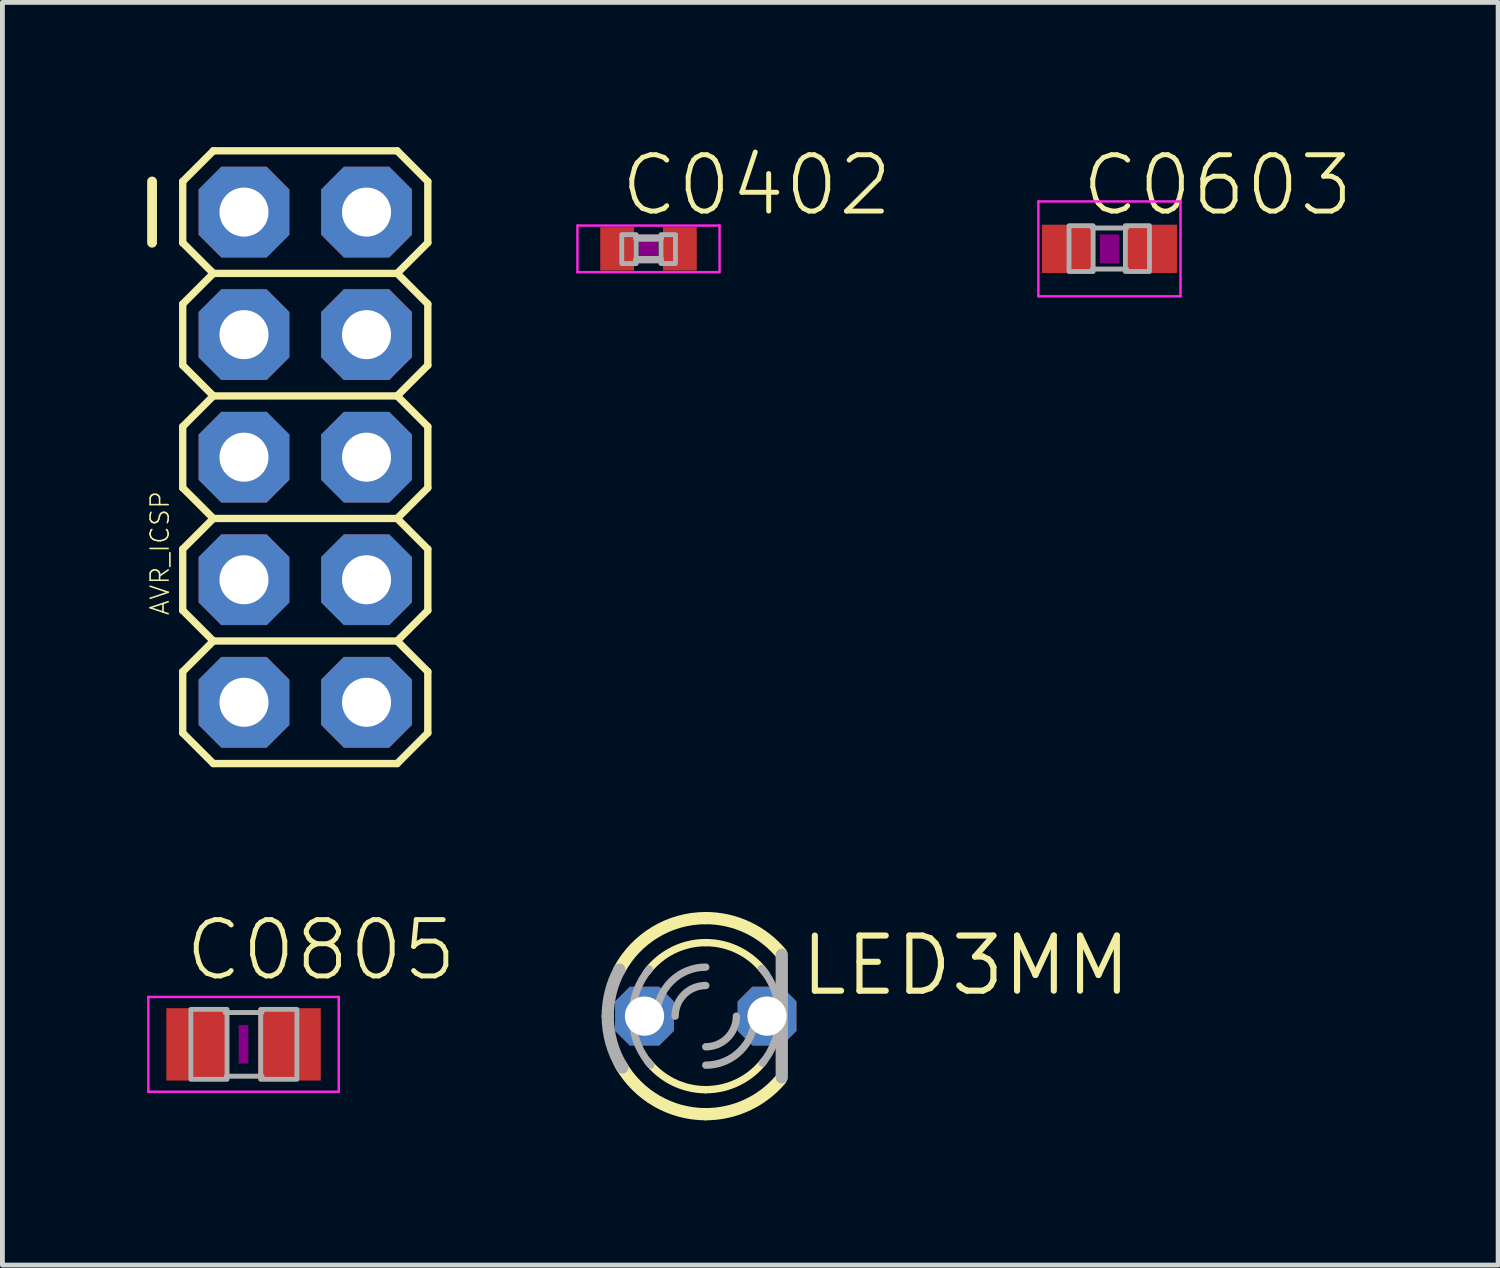
<source format=kicad_pcb>
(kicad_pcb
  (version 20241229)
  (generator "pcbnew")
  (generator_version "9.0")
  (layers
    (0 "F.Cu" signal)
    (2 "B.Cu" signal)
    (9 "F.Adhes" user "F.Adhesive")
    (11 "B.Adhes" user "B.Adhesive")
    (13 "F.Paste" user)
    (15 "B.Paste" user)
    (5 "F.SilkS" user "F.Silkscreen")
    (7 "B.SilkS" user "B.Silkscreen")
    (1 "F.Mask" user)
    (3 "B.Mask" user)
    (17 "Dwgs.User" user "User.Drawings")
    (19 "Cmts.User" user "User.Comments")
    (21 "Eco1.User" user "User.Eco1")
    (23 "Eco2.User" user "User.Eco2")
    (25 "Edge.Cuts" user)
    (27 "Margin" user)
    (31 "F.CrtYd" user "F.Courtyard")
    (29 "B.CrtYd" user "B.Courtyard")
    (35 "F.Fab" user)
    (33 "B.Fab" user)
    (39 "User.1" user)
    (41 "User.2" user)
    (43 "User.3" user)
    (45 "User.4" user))
  (footprint "C0402"
    (layer "F.Cu")
    (at 10.391 2.108)
    (property "Reference" "C0402" (at -0.635 -0.635 0) (layer "F.SilkS") (effects (font (size 1.168 1.168) (thickness 0.102)) (justify left bottom)))
    (fp_poly (pts (xy -0.2 0.3) (xy 0.2 0.3) (xy 0.2 -0.3) (xy -0.2 -0.3)) (stroke (width 0) (type solid)) (fill yes) (layer "F.Adhes"))
    (fp_line (start -1.473 -0.483) (end 1.473 -0.483) (stroke (width 0.051) (type solid)) (layer "F.CrtYd"))
    (fp_line (start -1.473 0.483) (end -1.473 -0.483) (stroke (width 0.051) (type solid)) (layer "F.CrtYd"))
    (fp_line (start 1.473 -0.483) (end 1.473 0.483) (stroke (width 0.051) (type solid)) (layer "F.CrtYd"))
    (fp_line (start 1.473 0.483) (end -1.473 0.483) (stroke (width 0.051) (type solid)) (layer "F.CrtYd"))
    (fp_line (start -0.245 -0.224) (end 0.245 -0.224) (stroke (width 0.152) (type solid)) (layer "F.Fab"))
    (fp_line (start 0.245 0.224) (end -0.245 0.224) (stroke (width 0.152) (type solid)) (layer "F.Fab"))
    (fp_poly (pts (xy -0.554 0.305) (xy -0.254 0.305) (xy -0.254 -0.295) (xy -0.554 -0.295)) (stroke (width 0.1) (type solid)) (fill no) (layer "F.Fab"))
    (fp_poly (pts (xy 0.259 0.305) (xy 0.559 0.305) (xy 0.559 -0.295) (xy 0.259 -0.295)) (stroke (width 0.1) (type solid)) (fill no) (layer "F.Fab"))
    (pad "1" smd rect (at -0.65 0) (size 0.7 0.9) (layers "F.Cu" "F.Mask" "F.Paste"))
    (pad "2" smd rect (at 0.65 0) (size 0.7 0.9) (layers "F.Cu" "F.Mask" "F.Paste")))
  (footprint "C0603"
    (layer "F.Cu")
    (at 19.945 2.108)
    (property "Reference" "C0603" (at -0.635 -0.635 0) (layer "F.SilkS") (effects (font (size 1.168 1.168) (thickness 0.102)) (justify left bottom)))
    (fp_poly (pts (xy -0.2 0.3) (xy 0.2 0.3) (xy 0.2 -0.3) (xy -0.2 -0.3)) (stroke (width 0) (type solid)) (fill yes) (layer "F.Adhes"))
    (fp_line (start -1.473 -0.983) (end 1.473 -0.983) (stroke (width 0.051) (type solid)) (layer "F.CrtYd"))
    (fp_line (start -1.473 0.983) (end -1.473 -0.983) (stroke (width 0.051) (type solid)) (layer "F.CrtYd"))
    (fp_line (start 1.473 -0.983) (end 1.473 0.983) (stroke (width 0.051) (type solid)) (layer "F.CrtYd"))
    (fp_line (start 1.473 0.983) (end -1.473 0.983) (stroke (width 0.051) (type solid)) (layer "F.CrtYd"))
    (fp_line (start -0.356 -0.432) (end 0.356 -0.432) (stroke (width 0.102) (type solid)) (layer "F.Fab"))
    (fp_line (start -0.356 0.419) (end 0.356 0.419) (stroke (width 0.102) (type solid)) (layer "F.Fab"))
    (fp_poly (pts (xy -0.838 0.47) (xy -0.338 0.47) (xy -0.338 -0.48) (xy -0.838 -0.48)) (stroke (width 0.1) (type solid)) (fill no) (layer "F.Fab"))
    (fp_poly (pts (xy 0.33 0.47) (xy 0.83 0.47) (xy 0.83 -0.48) (xy 0.33 -0.48)) (stroke (width 0.1) (type solid)) (fill no) (layer "F.Fab"))
    (pad "1" smd rect (at -0.85 0) (size 1.1 1) (layers "F.Cu" "F.Mask" "F.Paste"))
    (pad "2" smd rect (at 0.85 0) (size 1.1 1) (layers "F.Cu" "F.Mask" "F.Paste")))
  (footprint "C0805"
    (layer "F.Cu")
    (at 1.998 18.596)
    (property "Reference" "C0805" (at -1.27 -1.27 0) (layer "F.SilkS") (effects (font (size 1.168 1.168) (thickness 0.102)) (justify left bottom)))
    (fp_poly (pts (xy -0.1 0.4) (xy 0.1 0.4) (xy 0.1 -0.4) (xy -0.1 -0.4)) (stroke (width 0) (type solid)) (fill yes) (layer "F.Adhes"))
    (fp_line (start -1.973 -0.983) (end 1.973 -0.983) (stroke (width 0.051) (type solid)) (layer "F.CrtYd"))
    (fp_line (start -1.973 0.983) (end -1.973 -0.983) (stroke (width 0.051) (type solid)) (layer "F.CrtYd"))
    (fp_line (start 1.973 -0.983) (end 1.973 0.983) (stroke (width 0.051) (type solid)) (layer "F.CrtYd"))
    (fp_line (start 1.973 0.983) (end -1.973 0.983) (stroke (width 0.051) (type solid)) (layer "F.CrtYd"))
    (fp_line (start -0.381 -0.66) (end 0.381 -0.66) (stroke (width 0.102) (type solid)) (layer "F.Fab"))
    (fp_line (start -0.356 0.66) (end 0.381 0.66) (stroke (width 0.102) (type solid)) (layer "F.Fab"))
    (fp_poly (pts (xy -1.092 0.724) (xy -0.342 0.724) (xy -0.342 -0.726) (xy -1.092 -0.726)) (stroke (width 0.1) (type solid)) (fill no) (layer "F.Fab"))
    (fp_poly (pts (xy 0.356 0.724) (xy 1.106 0.724) (xy 1.106 -0.726) (xy 0.356 -0.726)) (stroke (width 0.1) (type solid)) (fill no) (layer "F.Fab"))
    (pad "1" smd rect (at -0.95 0) (size 1.3 1.5) (layers "F.Cu" "F.Mask" "F.Paste"))
    (pad "2" smd rect (at 0.95 0) (size 1.3 1.5) (layers "F.Cu" "F.Mask" "F.Paste")))
  (footprint "LED3MM"
    (layer "F.Cu")
    (at 11.578 18.011)
    (property "Reference" "LED3MM" (at 1.905 -0.381 0) (layer "F.SilkS") (effects (font (size 1.143 1.143) (thickness 0.127)) (justify left bottom)))
    (fp_arc (start -1.7929 -0.9562) (mid -1.045438 -1.7424) (end 0 -2.032) (stroke (width 0.254) (type solid)) (layer "F.SilkS"))
    (fp_arc (start -1.2192 -0.9144) (mid -0.681554 -1.363107) (end 0 -1.524) (stroke (width 0.1524) (type solid)) (layer "F.SilkS"))
    (fp_arc (start 0 -2.032) (mid 0.861864 -1.840173) (end 1.561 -1.3009) (stroke (width 0.254) (type solid)) (layer "F.SilkS"))
    (fp_arc (start 0 -1.524) (mid 0.697339 -1.355082) (end 1.2401 -0.885801) (stroke (width 0.1524) (type solid)) (layer "F.SilkS"))
    (fp_arc (start 0 1.524) (mid -0.669593 1.369018) (end -1.203 0.9356) (stroke (width 0.1524) (type solid)) (layer "F.SilkS"))
    (fp_arc (start 0 2.032) (mid -1.019924 1.757525) (end -1.7643 1.0082) (stroke (width 0.254) (type solid)) (layer "F.SilkS"))
    (fp_arc (start 1.203 0.9356) (mid 0.669593 1.369018) (end 0 1.524) (stroke (width 0.1524) (type solid)) (layer "F.SilkS"))
    (fp_arc (start 1.5512 1.3126) (mid 0.854953 1.843405) (end 0 2.032) (stroke (width 0.254) (type solid)) (layer "F.SilkS"))
    (fp_line (start 1.575 1.27) (end 1.575 -1.27) (stroke (width 0.254) (type solid)) (layer "F.Fab"))
    (fp_arc (start -2.032 0) (mid -1.970339 -0.496775) (end -1.7891 -0.9634) (stroke (width 0.254) (type solid)) (layer "F.Fab"))
    (fp_arc (start -1.7306 1.065) (mid -1.95521 0.553417) (end -2.032 0) (stroke (width 0.254) (type solid)) (layer "F.Fab"))
    (fp_arc (start -1.524 0) (mid -1.432981 -0.518783) (end -1.1708 -0.9756) (stroke (width 0.1524) (type solid)) (layer "F.Fab"))
    (fp_arc (start -1.1391 1.0125) (mid -1.42454 0.5416) (end -1.524 0) (stroke (width 0.1524) (type solid)) (layer "F.Fab"))
    (fp_arc (start -1.016 0) (mid -0.71842 -0.71842) (end 0 -1.016) (stroke (width 0.1524) (type solid)) (layer "F.Fab"))
    (fp_arc (start -0.635 0) (mid -0.449013 -0.449013) (end 0 -0.635) (stroke (width 0.1524) (type solid)) (layer "F.Fab"))
    (fp_arc (start 0.635 0) (mid 0.449013 0.449013) (end 0 0.635) (stroke (width 0.1524) (type solid)) (layer "F.Fab"))
    (fp_arc (start 1.016 0) (mid 0.71842 0.71842) (end 0 1.016) (stroke (width 0.1524) (type solid)) (layer "F.Fab"))
    (fp_arc (start 1.1571 -0.9918) (mid 1.429332 -0.528744) (end 1.524 0) (stroke (width 0.1524) (type solid)) (layer "F.Fab"))
    (fp_arc (start 1.524 0) (mid 1.432981 0.518783) (end 1.1708 0.9756) (stroke (width 0.1524) (type solid)) (layer "F.Fab"))
    (pad "A" thru_hole roundrect (at -1.27 0) (size 1.219 1.219) (drill 0.813) (layers "*.Cu" "*.Mask") (roundrect_rratio 0.25) (chamfer_ratio 0.25) (chamfer top_left top_right bottom_left bottom_right))
    (pad "K" thru_hole roundrect (at 1.27 0) (size 1.219 1.219) (drill 0.813) (layers "*.Cu" "*.Mask") (roundrect_rratio 0.25) (chamfer_ratio 0.25) (chamfer top_left top_right bottom_left bottom_right)))
  (footprint "AVR_ICSP"
    (layer "F.Cu")
    (at 3.277 6.426)
    (property "Reference" "AVR_ICSP" (at -2.794 3.302 90) (layer "F.SilkS") (effects (font (size 0.374 0.374) (thickness 0.033)) (justify left bottom)))
    (fp_line (start -3.175 -5.715) (end -3.175 -4.445) (stroke (width 0.203) (type solid)) (layer "F.SilkS"))
    (fp_line (start -2.54 -5.715) (end -2.54 -4.445) (stroke (width 0.152) (type solid)) (layer "F.SilkS"))
    (fp_line (start -2.54 -4.445) (end -1.905 -3.81) (stroke (width 0.152) (type solid)) (layer "F.SilkS"))
    (fp_line (start -2.54 -3.175) (end -2.54 -1.905) (stroke (width 0.152) (type solid)) (layer "F.SilkS"))
    (fp_line (start -2.54 -1.905) (end -1.905 -1.27) (stroke (width 0.152) (type solid)) (layer "F.SilkS"))
    (fp_line (start -2.54 -0.635) (end -2.54 0.635) (stroke (width 0.152) (type solid)) (layer "F.SilkS"))
    (fp_line (start -2.54 0.635) (end -1.905 1.27) (stroke (width 0.152) (type solid)) (layer "F.SilkS"))
    (fp_line (start -2.54 1.905) (end -2.54 3.175) (stroke (width 0.152) (type solid)) (layer "F.SilkS"))
    (fp_line (start -2.54 3.175) (end -1.905 3.81) (stroke (width 0.152) (type solid)) (layer "F.SilkS"))
    (fp_line (start -2.54 4.445) (end -2.54 5.715) (stroke (width 0.152) (type solid)) (layer "F.SilkS"))
    (fp_line (start -2.54 5.715) (end -1.905 6.35) (stroke (width 0.152) (type solid)) (layer "F.SilkS"))
    (fp_line (start -1.905 -6.35) (end -2.54 -5.715) (stroke (width 0.152) (type solid)) (layer "F.SilkS"))
    (fp_line (start -1.905 -6.35) (end 1.905 -6.35) (stroke (width 0.152) (type solid)) (layer "F.SilkS"))
    (fp_line (start -1.905 -3.81) (end -2.54 -3.175) (stroke (width 0.152) (type solid)) (layer "F.SilkS"))
    (fp_line (start -1.905 -1.27) (end -2.54 -0.635) (stroke (width 0.152) (type solid)) (layer "F.SilkS"))
    (fp_line (start -1.905 1.27) (end -2.54 1.905) (stroke (width 0.152) (type solid)) (layer "F.SilkS"))
    (fp_line (start -1.905 3.81) (end -2.54 4.445) (stroke (width 0.152) (type solid)) (layer "F.SilkS"))
    (fp_line (start 1.905 -6.35) (end 2.54 -5.715) (stroke (width 0.152) (type solid)) (layer "F.SilkS"))
    (fp_line (start 1.905 -3.81) (end -1.905 -3.81) (stroke (width 0.152) (type solid)) (layer "F.SilkS"))
    (fp_line (start 1.905 -3.81) (end 2.54 -3.175) (stroke (width 0.152) (type solid)) (layer "F.SilkS"))
    (fp_line (start 1.905 -1.27) (end -1.905 -1.27) (stroke (width 0.152) (type solid)) (layer "F.SilkS"))
    (fp_line (start 1.905 -1.27) (end 2.54 -0.635) (stroke (width 0.152) (type solid)) (layer "F.SilkS"))
    (fp_line (start 1.905 1.27) (end -1.905 1.27) (stroke (width 0.152) (type solid)) (layer "F.SilkS"))
    (fp_line (start 1.905 1.27) (end 2.54 1.905) (stroke (width 0.152) (type solid)) (layer "F.SilkS"))
    (fp_line (start 1.905 3.81) (end -1.905 3.81) (stroke (width 0.152) (type solid)) (layer "F.SilkS"))
    (fp_line (start 1.905 3.81) (end 2.54 4.445) (stroke (width 0.152) (type solid)) (layer "F.SilkS"))
    (fp_line (start 1.905 6.35) (end -1.905 6.35) (stroke (width 0.152) (type solid)) (layer "F.SilkS"))
    (fp_line (start 2.54 -5.715) (end 2.54 -4.445) (stroke (width 0.152) (type solid)) (layer "F.SilkS"))
    (fp_line (start 2.54 -4.445) (end 1.905 -3.81) (stroke (width 0.152) (type solid)) (layer "F.SilkS"))
    (fp_line (start 2.54 -3.175) (end 2.54 -1.905) (stroke (width 0.152) (type solid)) (layer "F.SilkS"))
    (fp_line (start 2.54 -1.905) (end 1.905 -1.27) (stroke (width 0.152) (type solid)) (layer "F.SilkS"))
    (fp_line (start 2.54 -0.635) (end 2.54 0.635) (stroke (width 0.152) (type solid)) (layer "F.SilkS"))
    (fp_line (start 2.54 0.635) (end 1.905 1.27) (stroke (width 0.152) (type solid)) (layer "F.SilkS"))
    (fp_line (start 2.54 1.905) (end 2.54 3.175) (stroke (width 0.152) (type solid)) (layer "F.SilkS"))
    (fp_line (start 2.54 3.175) (end 1.905 3.81) (stroke (width 0.152) (type solid)) (layer "F.SilkS"))
    (fp_line (start 2.54 4.445) (end 2.54 5.715) (stroke (width 0.152) (type solid)) (layer "F.SilkS"))
    (fp_line (start 2.54 5.715) (end 1.905 6.35) (stroke (width 0.152) (type solid)) (layer "F.SilkS"))
    (fp_poly (pts (xy -1.524 0.254) (xy -1.016 0.254) (xy -1.016 -0.254) (xy -1.524 -0.254)) (stroke (width 0) (type solid)) (fill yes) (layer "F.SilkS"))
    (fp_poly (pts (xy -1.524 -4.826) (xy -1.016 -4.826) (xy -1.016 -5.334) (xy -1.524 -5.334)) (stroke (width 0.1) (type solid)) (fill no) (layer "F.Fab"))
    (fp_poly (pts (xy -1.524 -2.286) (xy -1.016 -2.286) (xy -1.016 -2.794) (xy -1.524 -2.794)) (stroke (width 0.1) (type solid)) (fill no) (layer "F.Fab"))
    (fp_poly (pts (xy -1.524 2.794) (xy -1.016 2.794) (xy -1.016 2.286) (xy -1.524 2.286)) (stroke (width 0.1) (type solid)) (fill no) (layer "F.Fab"))
    (fp_poly (pts (xy -1.524 5.334) (xy -1.016 5.334) (xy -1.016 4.826) (xy -1.524 4.826)) (stroke (width 0.1) (type solid)) (fill no) (layer "F.Fab"))
    (fp_poly (pts (xy 1.016 -4.826) (xy 1.524 -4.826) (xy 1.524 -5.334) (xy 1.016 -5.334)) (stroke (width 0.1) (type solid)) (fill no) (layer "F.Fab"))
    (fp_poly (pts (xy 1.016 -2.286) (xy 1.524 -2.286) (xy 1.524 -2.794) (xy 1.016 -2.794)) (stroke (width 0.1) (type solid)) (fill no) (layer "F.Fab"))
    (fp_poly (pts (xy 1.016 0.254) (xy 1.524 0.254) (xy 1.524 -0.254) (xy 1.016 -0.254)) (stroke (width 0.1) (type solid)) (fill no) (layer "F.Fab"))
    (fp_poly (pts (xy 1.016 2.794) (xy 1.524 2.794) (xy 1.524 2.286) (xy 1.016 2.286)) (stroke (width 0.1) (type solid)) (fill no) (layer "F.Fab"))
    (fp_poly (pts (xy 1.016 5.334) (xy 1.524 5.334) (xy 1.524 4.826) (xy 1.016 4.826)) (stroke (width 0.1) (type solid)) (fill no) (layer "F.Fab"))
    (pad "1" thru_hole roundrect (at -1.27 -5.08 270) (size 1.88 1.88) (drill 1.016) (layers "*.Cu" "*.Mask") (roundrect_rratio 0.25) (chamfer_ratio 0.25) (chamfer top_left top_right bottom_left bottom_right))
    (pad "2" thru_hole roundrect (at 1.27 -5.08 270) (size 1.88 1.88) (drill 1.016) (layers "*.Cu" "*.Mask") (roundrect_rratio 0.25) (chamfer_ratio 0.25) (chamfer top_left top_right bottom_left bottom_right))
    (pad "3" thru_hole roundrect (at -1.27 -2.54 270) (size 1.88 1.88) (drill 1.016) (layers "*.Cu" "*.Mask") (roundrect_rratio 0.25) (chamfer_ratio 0.25) (chamfer top_left top_right bottom_left bottom_right))
    (pad "4" thru_hole roundrect (at 1.27 -2.54 270) (size 1.88 1.88) (drill 1.016) (layers "*.Cu" "*.Mask") (roundrect_rratio 0.25) (chamfer_ratio 0.25) (chamfer top_left top_right bottom_left bottom_right))
    (pad "5" thru_hole roundrect (at -1.27 0 270) (size 1.88 1.88) (drill 1.016) (layers "*.Cu" "*.Mask") (roundrect_rratio 0.25) (chamfer_ratio 0.25) (chamfer top_left top_right bottom_left bottom_right))
    (pad "6" thru_hole roundrect (at 1.27 0 270) (size 1.88 1.88) (drill 1.016) (layers "*.Cu" "*.Mask") (roundrect_rratio 0.25) (chamfer_ratio 0.25) (chamfer top_left top_right bottom_left bottom_right))
    (pad "7" thru_hole roundrect (at -1.27 2.54 270) (size 1.88 1.88) (drill 1.016) (layers "*.Cu" "*.Mask") (roundrect_rratio 0.25) (chamfer_ratio 0.25) (chamfer top_left top_right bottom_left bottom_right))
    (pad "8" thru_hole roundrect (at 1.27 2.54 270) (size 1.88 1.88) (drill 1.016) (layers "*.Cu" "*.Mask") (roundrect_rratio 0.25) (chamfer_ratio 0.25) (chamfer top_left top_right bottom_left bottom_right))
    (pad "9" thru_hole roundrect (at -1.27 5.08 270) (size 1.88 1.88) (drill 1.016) (layers "*.Cu" "*.Mask") (roundrect_rratio 0.25) (chamfer_ratio 0.25) (chamfer top_left top_right bottom_left bottom_right))
    (pad "10" thru_hole roundrect (at 1.27 5.08 270) (size 1.88 1.88) (drill 1.016) (layers "*.Cu" "*.Mask") (roundrect_rratio 0.25) (chamfer_ratio 0.25) (chamfer top_left top_right bottom_left bottom_right)))
  (gr_rect
    (start -3 -3)
    (end 28.001 23.17)
    (stroke (width 0.1) (type default))
    (fill no)
    (layer "Edge.Cuts")))
</source>
